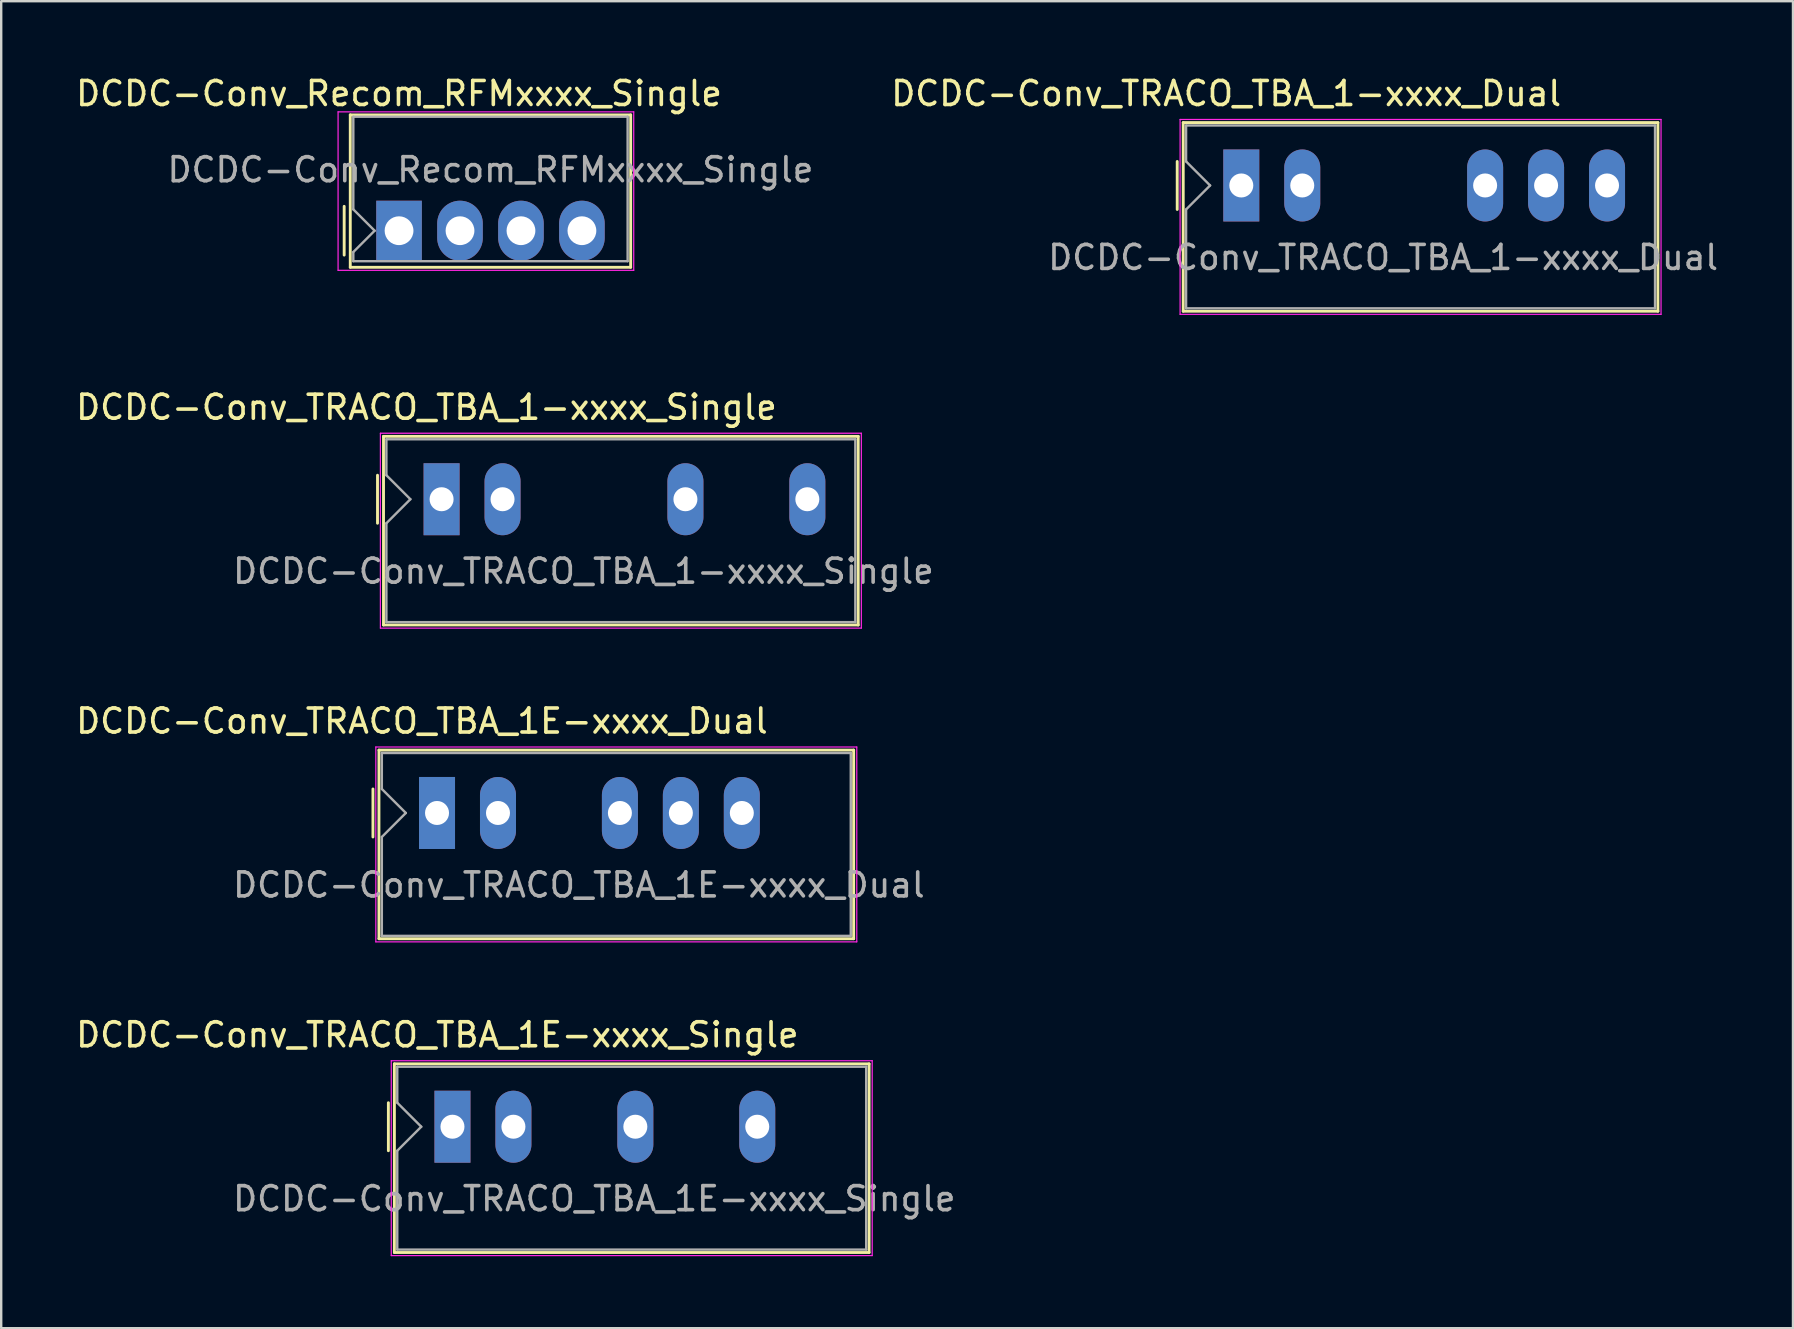
<source format=kicad_pcb>
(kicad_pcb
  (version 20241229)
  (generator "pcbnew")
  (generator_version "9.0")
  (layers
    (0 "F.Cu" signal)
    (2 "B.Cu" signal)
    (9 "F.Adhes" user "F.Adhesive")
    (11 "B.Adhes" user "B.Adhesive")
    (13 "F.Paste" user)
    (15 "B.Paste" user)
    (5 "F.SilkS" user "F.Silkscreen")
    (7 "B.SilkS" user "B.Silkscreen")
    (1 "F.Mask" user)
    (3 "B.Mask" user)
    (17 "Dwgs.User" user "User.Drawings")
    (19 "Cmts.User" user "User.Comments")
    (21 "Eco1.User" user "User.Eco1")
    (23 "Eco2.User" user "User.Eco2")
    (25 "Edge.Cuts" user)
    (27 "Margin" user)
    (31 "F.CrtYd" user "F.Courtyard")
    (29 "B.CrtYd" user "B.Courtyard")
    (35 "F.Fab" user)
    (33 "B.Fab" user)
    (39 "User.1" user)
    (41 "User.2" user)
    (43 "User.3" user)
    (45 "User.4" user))
  (footprint "DCDC-Conv_TRACO_TBA_1-xxxx_Dual"
    (layer "F.Cu")
    (at 48.672 4.678)
    (property "Reference" "DCDC-Conv_TRACO_TBA_1-xxxx_Dual" (at -0.63 -3.83 0) (layer "F.SilkS") (effects (font (size 1 1) (thickness 0.15))))
    (attr through_hole)
    (fp_line (start -2.67 -1) (end -2.67 1) (stroke (width 0.12) (type solid)) (layer "F.SilkS"))
    (fp_line (start -2.42 -2.62) (end 17.36 -2.62) (stroke (width 0.12) (type solid)) (layer "F.SilkS"))
    (fp_line (start -2.42 5.24) (end -2.42 -2.62) (stroke (width 0.12) (type solid)) (layer "F.SilkS"))
    (fp_line (start 17.36 -2.62) (end 17.36 5.24) (stroke (width 0.12) (type solid)) (layer "F.SilkS"))
    (fp_line (start 17.36 5.24) (end -2.42 5.24) (stroke (width 0.12) (type solid)) (layer "F.SilkS"))
    (fp_line (start -2.55 -2.75) (end -2.55 5.37) (stroke (width 0.05) (type solid)) (layer "F.CrtYd"))
    (fp_line (start -2.55 -2.75) (end 17.49 -2.75) (stroke (width 0.05) (type solid)) (layer "F.CrtYd"))
    (fp_line (start -2.55 5.37) (end 17.49 5.37) (stroke (width 0.05) (type solid)) (layer "F.CrtYd"))
    (fp_line (start 17.49 -2.75) (end 17.49 5.37) (stroke (width 0.05) (type solid)) (layer "F.CrtYd"))
    (fp_line (start -2.3 -1) (end -2.3 -2.5) (stroke (width 0.1) (type solid)) (layer "F.Fab"))
    (fp_line (start -2.3 -1) (end -1.3 0) (stroke (width 0.1) (type solid)) (layer "F.Fab"))
    (fp_line (start -2.3 1) (end -2.3 5.12) (stroke (width 0.1) (type solid)) (layer "F.Fab"))
    (fp_line (start -1.3 0) (end -2.3 1) (stroke (width 0.1) (type solid)) (layer "F.Fab"))
    (fp_line (start 17.24 -2.5) (end -2.3 -2.5) (stroke (width 0.1) (type solid)) (layer "F.Fab"))
    (fp_line (start 17.24 -2.5) (end 17.24 5.12) (stroke (width 0.1) (type solid)) (layer "F.Fab"))
    (fp_line (start 17.24 5.12) (end -2.3 5.12) (stroke (width 0.1) (type solid)) (layer "F.Fab"))
    (fp_text user "${REFERENCE}" (at 5.91 3 0) (layer "F.Fab") (effects (font (size 1 1) (thickness 0.15))))
    (pad "1" thru_hole rect (at 0 0) (size 1.5 3) (drill 1) (layers "*.Cu" "*.Mask"))
    (pad "2" thru_hole oval (at 2.54 0) (size 1.5 3) (drill 1) (layers "*.Cu" "*.Mask"))
    (pad "5" thru_hole oval (at 10.16 0) (size 1.5 3) (drill 1) (layers "*.Cu" "*.Mask"))
    (pad "6" thru_hole oval (at 12.7 0) (size 1.5 3) (drill 1) (layers "*.Cu" "*.Mask"))
    (pad "7" thru_hole oval (at 15.24 0) (size 1.5 3) (drill 1) (layers "*.Cu" "*.Mask")))
  (footprint "DCDC-Conv_TRACO_TBA_1E-xxxx_Single"
    (layer "F.Cu")
    (at 15.803 43.898)
    (property "Reference" "DCDC-Conv_TRACO_TBA_1E-xxxx_Single" (at -0.63 -3.83 0) (layer "F.SilkS") (effects (font (size 1 1) (thickness 0.15))))
    (attr through_hole)
    (fp_line (start -2.67 -1) (end -2.67 1) (stroke (width 0.12) (type solid)) (layer "F.SilkS"))
    (fp_line (start -2.42 -2.62) (end 17.36 -2.62) (stroke (width 0.12) (type solid)) (layer "F.SilkS"))
    (fp_line (start -2.42 5.24) (end -2.42 -2.62) (stroke (width 0.12) (type solid)) (layer "F.SilkS"))
    (fp_line (start 17.36 -2.62) (end 17.36 5.24) (stroke (width 0.12) (type solid)) (layer "F.SilkS"))
    (fp_line (start 17.36 5.24) (end -2.42 5.24) (stroke (width 0.12) (type solid)) (layer "F.SilkS"))
    (fp_line (start -2.55 -2.75) (end -2.55 5.37) (stroke (width 0.05) (type solid)) (layer "F.CrtYd"))
    (fp_line (start -2.55 -2.75) (end 17.49 -2.75) (stroke (width 0.05) (type solid)) (layer "F.CrtYd"))
    (fp_line (start -2.55 5.37) (end 17.49 5.37) (stroke (width 0.05) (type solid)) (layer "F.CrtYd"))
    (fp_line (start 17.49 -2.75) (end 17.49 5.37) (stroke (width 0.05) (type solid)) (layer "F.CrtYd"))
    (fp_line (start -2.3 -1) (end -2.3 -2.5) (stroke (width 0.1) (type solid)) (layer "F.Fab"))
    (fp_line (start -2.3 -1) (end -1.3 0) (stroke (width 0.1) (type solid)) (layer "F.Fab"))
    (fp_line (start -2.3 1) (end -2.3 5.12) (stroke (width 0.1) (type solid)) (layer "F.Fab"))
    (fp_line (start -1.3 0) (end -2.3 1) (stroke (width 0.1) (type solid)) (layer "F.Fab"))
    (fp_line (start 17.24 -2.5) (end -2.3 -2.5) (stroke (width 0.1) (type solid)) (layer "F.Fab"))
    (fp_line (start 17.24 -2.5) (end 17.24 5.12) (stroke (width 0.1) (type solid)) (layer "F.Fab"))
    (fp_line (start 17.24 5.12) (end -2.3 5.12) (stroke (width 0.1) (type solid)) (layer "F.Fab"))
    (fp_text user "${REFERENCE}" (at 5.91 3 0) (layer "F.Fab") (effects (font (size 1 1) (thickness 0.15))))
    (pad "1" thru_hole rect (at 0 0) (size 1.5 3) (drill 1) (layers "*.Cu" "*.Mask"))
    (pad "2" thru_hole oval (at 2.54 0) (size 1.5 3) (drill 1) (layers "*.Cu" "*.Mask"))
    (pad "4" thru_hole oval (at 7.62 0) (size 1.5 3) (drill 1) (layers "*.Cu" "*.Mask"))
    (pad "6" thru_hole oval (at 12.7 0) (size 1.5 3) (drill 1) (layers "*.Cu" "*.Mask")))
  (footprint "DCDC-Conv_TRACO_TBA_1E-xxxx_Dual"
    (layer "F.Cu")
    (at 15.16 30.825)
    (property "Reference" "DCDC-Conv_TRACO_TBA_1E-xxxx_Dual" (at -0.63 -3.83 0) (layer "F.SilkS") (effects (font (size 1 1) (thickness 0.15))))
    (attr through_hole)
    (fp_line (start -2.67 -1) (end -2.67 1) (stroke (width 0.12) (type solid)) (layer "F.SilkS"))
    (fp_line (start -2.42 -2.62) (end 17.36 -2.62) (stroke (width 0.12) (type solid)) (layer "F.SilkS"))
    (fp_line (start -2.42 5.24) (end -2.42 -2.62) (stroke (width 0.12) (type solid)) (layer "F.SilkS"))
    (fp_line (start 17.36 -2.62) (end 17.36 5.24) (stroke (width 0.12) (type solid)) (layer "F.SilkS"))
    (fp_line (start 17.36 5.24) (end -2.42 5.24) (stroke (width 0.12) (type solid)) (layer "F.SilkS"))
    (fp_line (start -2.55 -2.75) (end -2.55 5.37) (stroke (width 0.05) (type solid)) (layer "F.CrtYd"))
    (fp_line (start -2.55 -2.75) (end 17.49 -2.75) (stroke (width 0.05) (type solid)) (layer "F.CrtYd"))
    (fp_line (start -2.55 5.37) (end 17.49 5.37) (stroke (width 0.05) (type solid)) (layer "F.CrtYd"))
    (fp_line (start 17.49 -2.75) (end 17.49 5.37) (stroke (width 0.05) (type solid)) (layer "F.CrtYd"))
    (fp_line (start -2.3 -1) (end -2.3 -2.5) (stroke (width 0.1) (type solid)) (layer "F.Fab"))
    (fp_line (start -2.3 -1) (end -1.3 0) (stroke (width 0.1) (type solid)) (layer "F.Fab"))
    (fp_line (start -2.3 1) (end -2.3 5.12) (stroke (width 0.1) (type solid)) (layer "F.Fab"))
    (fp_line (start -1.3 0) (end -2.3 1) (stroke (width 0.1) (type solid)) (layer "F.Fab"))
    (fp_line (start 17.24 -2.5) (end -2.3 -2.5) (stroke (width 0.1) (type solid)) (layer "F.Fab"))
    (fp_line (start 17.24 -2.5) (end 17.24 5.12) (stroke (width 0.1) (type solid)) (layer "F.Fab"))
    (fp_line (start 17.24 5.12) (end -2.3 5.12) (stroke (width 0.1) (type solid)) (layer "F.Fab"))
    (fp_text user "${REFERENCE}" (at 5.91 3 0) (layer "F.Fab") (effects (font (size 1 1) (thickness 0.15))))
    (pad "1" thru_hole rect (at 0 0) (size 1.5 3) (drill 1) (layers "*.Cu" "*.Mask"))
    (pad "2" thru_hole oval (at 2.54 0) (size 1.5 3) (drill 1) (layers "*.Cu" "*.Mask"))
    (pad "4" thru_hole oval (at 7.62 0) (size 1.5 3) (drill 1) (layers "*.Cu" "*.Mask"))
    (pad "5" thru_hole oval (at 10.16 0) (size 1.5 3) (drill 1) (layers "*.Cu" "*.Mask"))
    (pad "6" thru_hole oval (at 12.7 0) (size 1.5 3) (drill 1) (layers "*.Cu" "*.Mask")))
  (footprint "DCDC-Conv_TRACO_TBA_1-xxxx_Single"
    (layer "F.Cu")
    (at 15.35 17.752)
    (property "Reference" "DCDC-Conv_TRACO_TBA_1-xxxx_Single" (at -0.63 -3.83 0) (layer "F.SilkS") (effects (font (size 1 1) (thickness 0.15))))
    (attr through_hole)
    (fp_line (start -2.67 -1) (end -2.67 1) (stroke (width 0.12) (type solid)) (layer "F.SilkS"))
    (fp_line (start -2.42 -2.62) (end 17.36 -2.62) (stroke (width 0.12) (type solid)) (layer "F.SilkS"))
    (fp_line (start -2.42 5.24) (end -2.42 -2.62) (stroke (width 0.12) (type solid)) (layer "F.SilkS"))
    (fp_line (start 17.36 -2.62) (end 17.36 5.24) (stroke (width 0.12) (type solid)) (layer "F.SilkS"))
    (fp_line (start 17.36 5.24) (end -2.42 5.24) (stroke (width 0.12) (type solid)) (layer "F.SilkS"))
    (fp_line (start -2.55 -2.75) (end -2.55 5.37) (stroke (width 0.05) (type solid)) (layer "F.CrtYd"))
    (fp_line (start -2.55 -2.75) (end 17.49 -2.75) (stroke (width 0.05) (type solid)) (layer "F.CrtYd"))
    (fp_line (start -2.55 5.37) (end 17.49 5.37) (stroke (width 0.05) (type solid)) (layer "F.CrtYd"))
    (fp_line (start 17.49 -2.75) (end 17.49 5.37) (stroke (width 0.05) (type solid)) (layer "F.CrtYd"))
    (fp_line (start -2.3 -1) (end -2.3 -2.5) (stroke (width 0.1) (type solid)) (layer "F.Fab"))
    (fp_line (start -2.3 -1) (end -1.3 0) (stroke (width 0.1) (type solid)) (layer "F.Fab"))
    (fp_line (start -2.3 1) (end -2.3 5.12) (stroke (width 0.1) (type solid)) (layer "F.Fab"))
    (fp_line (start -1.3 0) (end -2.3 1) (stroke (width 0.1) (type solid)) (layer "F.Fab"))
    (fp_line (start 17.24 -2.5) (end -2.3 -2.5) (stroke (width 0.1) (type solid)) (layer "F.Fab"))
    (fp_line (start 17.24 -2.5) (end 17.24 5.12) (stroke (width 0.1) (type solid)) (layer "F.Fab"))
    (fp_line (start 17.24 5.12) (end -2.3 5.12) (stroke (width 0.1) (type solid)) (layer "F.Fab"))
    (fp_text user "${REFERENCE}" (at 5.91 3 0) (layer "F.Fab") (effects (font (size 1 1) (thickness 0.15))))
    (pad "1" thru_hole rect (at 0 0) (size 1.5 3) (drill 1) (layers "*.Cu" "*.Mask"))
    (pad "2" thru_hole oval (at 2.54 0) (size 1.5 3) (drill 1) (layers "*.Cu" "*.Mask"))
    (pad "5" thru_hole oval (at 10.16 0) (size 1.5 3) (drill 1) (layers "*.Cu" "*.Mask"))
    (pad "7" thru_hole oval (at 15.24 0) (size 1.5 3) (drill 1) (layers "*.Cu" "*.Mask")))
  (footprint "DCDC-Conv_Recom_RFMxxxx_Single"
    (layer "F.Cu")
    (at 13.577 6.563)
    (property "Reference" "DCDC-Conv_Recom_RFMxxxx_Single" (at 0 -5.715 0) (layer "F.SilkS") (effects (font (size 1 1) (thickness 0.15))))
    (attr through_hole)
    (fp_line (start -2.286 -1.016) (end -2.286 1.016) (stroke (width 0.12) (type solid)) (layer "F.SilkS"))
    (fp_line (start -2.032 -4.826) (end 9.652 -4.826) (stroke (width 0.12) (type solid)) (layer "F.SilkS"))
    (fp_line (start -2.032 1.524) (end -2.032 -4.826) (stroke (width 0.12) (type solid)) (layer "F.SilkS"))
    (fp_line (start 9.652 -4.826) (end 9.652 1.524) (stroke (width 0.12) (type solid)) (layer "F.SilkS"))
    (fp_line (start 9.652 1.524) (end -2.032 1.524) (stroke (width 0.12) (type solid)) (layer "F.SilkS"))
    (fp_line (start -2.54 -4.953) (end -2.54 1.651) (stroke (width 0.05) (type solid)) (layer "F.CrtYd"))
    (fp_line (start -2.54 -4.953) (end 9.779 -4.953) (stroke (width 0.05) (type solid)) (layer "F.CrtYd"))
    (fp_line (start -2.54 1.651) (end 9.779 1.651) (stroke (width 0.05) (type solid)) (layer "F.CrtYd"))
    (fp_line (start 9.779 -4.953) (end 9.779 1.651) (stroke (width 0.05) (type solid)) (layer "F.CrtYd"))
    (fp_line (start -1.905 -0.889) (end -1.905 -4.75) (stroke (width 0.1) (type solid)) (layer "F.Fab"))
    (fp_line (start -1.905 -0.889) (end -1.016 0) (stroke (width 0.1) (type solid)) (layer "F.Fab"))
    (fp_line (start -1.905 0.889) (end -1.905 1.27) (stroke (width 0.1) (type solid)) (layer "F.Fab"))
    (fp_line (start -1.016 0) (end -1.905 0.889) (stroke (width 0.1) (type solid)) (layer "F.Fab"))
    (fp_line (start 9.525 -4.75) (end -1.905 -4.75) (stroke (width 0.1) (type solid)) (layer "F.Fab"))
    (fp_line (start 9.525 -4.75) (end 9.525 1.27) (stroke (width 0.1) (type solid)) (layer "F.Fab"))
    (fp_line (start 9.525 1.27) (end -1.905 1.27) (stroke (width 0.1) (type solid)) (layer "F.Fab"))
    (fp_text user "${REFERENCE}" (at 3.81 -2.54 0) (layer "F.Fab") (effects (font (size 1 1) (thickness 0.15))))
    (pad "1" thru_hole rect (at 0 0) (size 1.9 2.5) (drill 1.2) (layers "*.Cu" "*.Mask"))
    (pad "2" thru_hole oval (at 2.54 0) (size 1.9 2.5) (drill 1.2) (layers "*.Cu" "*.Mask"))
    (pad "3" thru_hole oval (at 5.08 0) (size 1.9 2.5) (drill 1.2) (layers "*.Cu" "*.Mask"))
    (pad "4" thru_hole oval (at 7.62 0) (size 1.9 2.5) (drill 1.2) (layers "*.Cu" "*.Mask")))
  (gr_rect
    (start -3 -3)
    (end 71.66 52.293)
    (stroke (width 0.1) (type default))
    (fill no)
    (layer "Edge.Cuts")))
</source>
